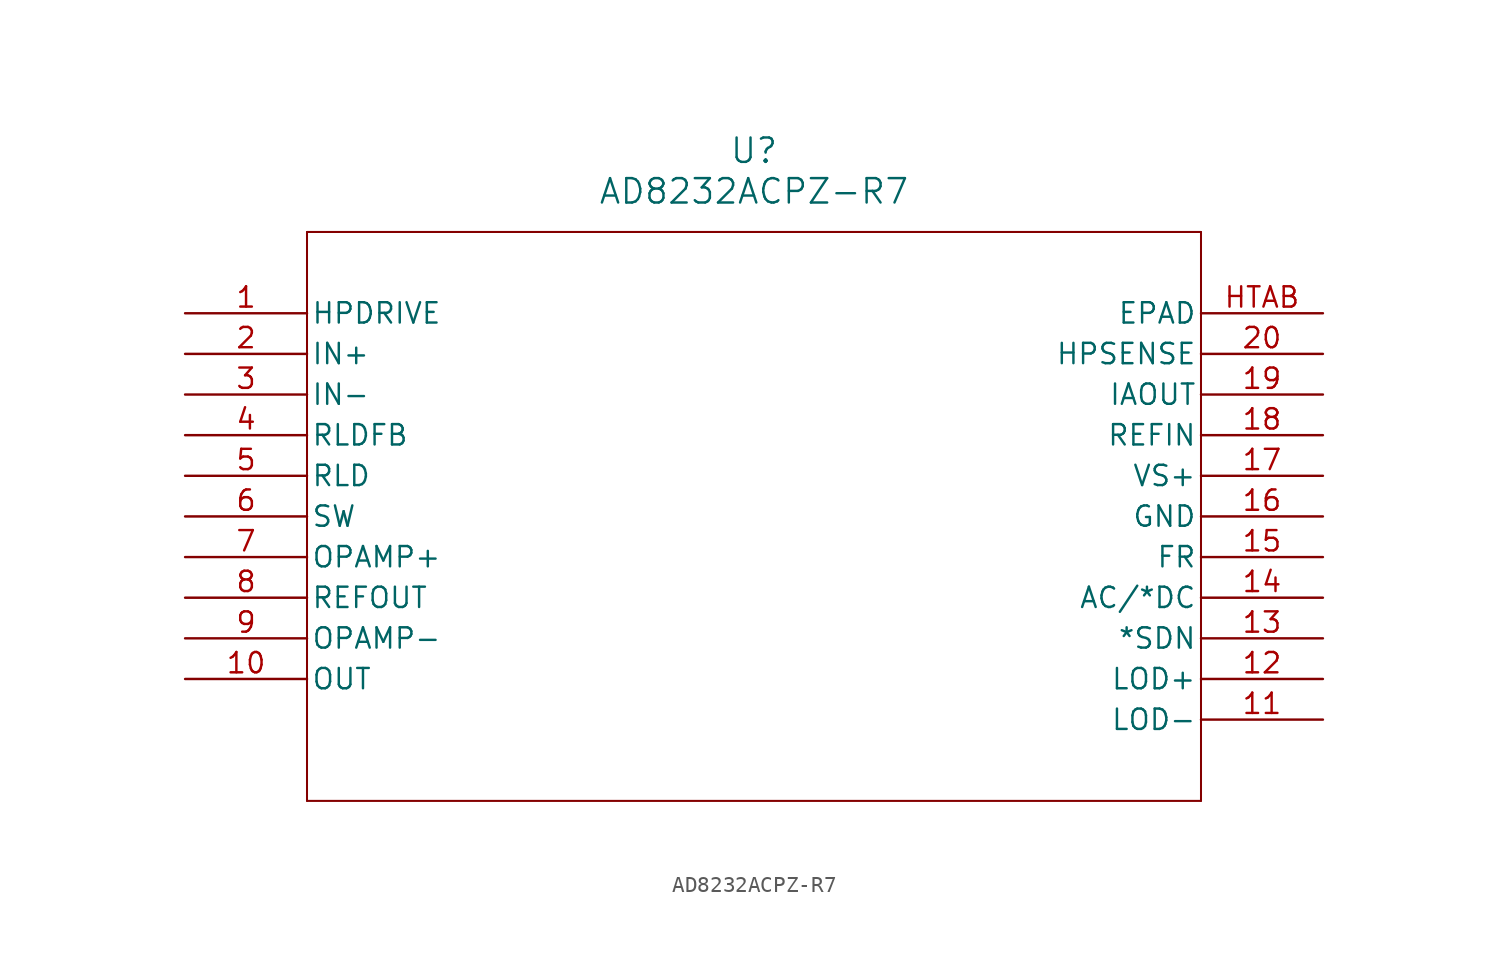
<source format=kicad_sym>
(kicad_symbol_lib
  (version 20211014)
  (generator kicad_symbol_editor)
  (symbol "AD8232ACPZ-R7"
    (pin_names
      (offset 0.254))
    (property "Reference" "U"
      (at 35.56 10.16 0)
      (effects (font (size 1.524 1.524))))
    (property "Value" "AD8232ACPZ-R7"
      (at 35.56 7.62 0)
      (effects (font (size 1.524 1.524))))
    (symbol "AD8232ACPZ-R7_0_1"
      (polyline (pts (xy 7.62 5.08) (xy 7.62 -30.48)) (stroke (width 0.127) (type default) (color 0 0 0 0)) (fill (type none)))
      (polyline (pts (xy 7.62 -30.48) (xy 63.5 -30.48)) (stroke (width 0.127) (type default) (color 0 0 0 0)) (fill (type none)))
      (polyline (pts (xy 63.5 -30.48) (xy 63.5 5.08)) (stroke (width 0.127) (type default) (color 0 0 0 0)) (fill (type none)))
      (polyline (pts (xy 63.5 5.08) (xy 7.62 5.08)) (stroke (width 0.127) (type default) (color 0 0 0 0)) (fill (type none)))
      (pin output line (at 0 0 0) (length 7.62) (name "HPDRIVE" (effects (font (size 1.27 1.27)))) (number "1" (effects (font (size 1.27 1.27)))))
      (pin input line (at 0 -2.54 0) (length 7.62) (name "IN+" (effects (font (size 1.27 1.27)))) (number "2" (effects (font (size 1.27 1.27)))))
      (pin input line (at 0 -5.08 0) (length 7.62) (name "IN-" (effects (font (size 1.27 1.27)))) (number "3" (effects (font (size 1.27 1.27)))))
      (pin input line (at 0 -7.62 0) (length 7.62) (name "RLDFB" (effects (font (size 1.27 1.27)))) (number "4" (effects (font (size 1.27 1.27)))))
      (pin output line (at 0 -10.16 0) (length 7.62) (name "RLD" (effects (font (size 1.27 1.27)))) (number "5" (effects (font (size 1.27 1.27)))))
      (pin output line (at 0 -12.7 0) (length 7.62) (name "SW" (effects (font (size 1.27 1.27)))) (number "6" (effects (font (size 1.27 1.27)))))
      (pin input line (at 0 -15.24 0) (length 7.62) (name "OPAMP+" (effects (font (size 1.27 1.27)))) (number "7" (effects (font (size 1.27 1.27)))))
      (pin output line (at 0 -17.78 0) (length 7.62) (name "REFOUT" (effects (font (size 1.27 1.27)))) (number "8" (effects (font (size 1.27 1.27)))))
      (pin input line (at 0 -20.32 0) (length 7.62) (name "OPAMP-" (effects (font (size 1.27 1.27)))) (number "9" (effects (font (size 1.27 1.27)))))
      (pin output line (at 0 -22.86 0) (length 7.62) (name "OUT" (effects (font (size 1.27 1.27)))) (number "10" (effects (font (size 1.27 1.27)))))
      (pin output line (at 71.12 -25.4 180) (length 7.62) (name "LOD-" (effects (font (size 1.27 1.27)))) (number "11" (effects (font (size 1.27 1.27)))))
      (pin output line (at 71.12 -22.86 180) (length 7.62) (name "LOD+" (effects (font (size 1.27 1.27)))) (number "12" (effects (font (size 1.27 1.27)))))
      (pin input line (at 71.12 -20.32 180) (length 7.62) (name "*SDN" (effects (font (size 1.27 1.27)))) (number "13" (effects (font (size 1.27 1.27)))))
      (pin input line (at 71.12 -17.78 180) (length 7.62) (name "AC/*DC" (effects (font (size 1.27 1.27)))) (number "14" (effects (font (size 1.27 1.27)))))
      (pin input line (at 71.12 -15.24 180) (length 7.62) (name "FR" (effects (font (size 1.27 1.27)))) (number "15" (effects (font (size 1.27 1.27)))))
      (pin power_in line (at 71.12 -12.7 180) (length 7.62) (name "GND" (effects (font (size 1.27 1.27)))) (number "16" (effects (font (size 1.27 1.27)))))
      (pin power_in line (at 71.12 -10.16 180) (length 7.62) (name "VS+" (effects (font (size 1.27 1.27)))) (number "17" (effects (font (size 1.27 1.27)))))
      (pin input line (at 71.12 -7.62 180) (length 7.62) (name "REFIN" (effects (font (size 1.27 1.27)))) (number "18" (effects (font (size 1.27 1.27)))))
      (pin output line (at 71.12 -5.08 180) (length 7.62) (name "IAOUT" (effects (font (size 1.27 1.27)))) (number "19" (effects (font (size 1.27 1.27)))))
      (pin input line (at 71.12 -2.54 180) (length 7.62) (name "HPSENSE" (effects (font (size 1.27 1.27)))) (number "20" (effects (font (size 1.27 1.27)))))
      (pin unspecified line (at 71.12 0 180) (length 7.62) (name "EPAD" (effects (font (size 1.27 1.27)))) (number "HTAB" (effects (font (size 1.27 1.27))))))))
</source>
